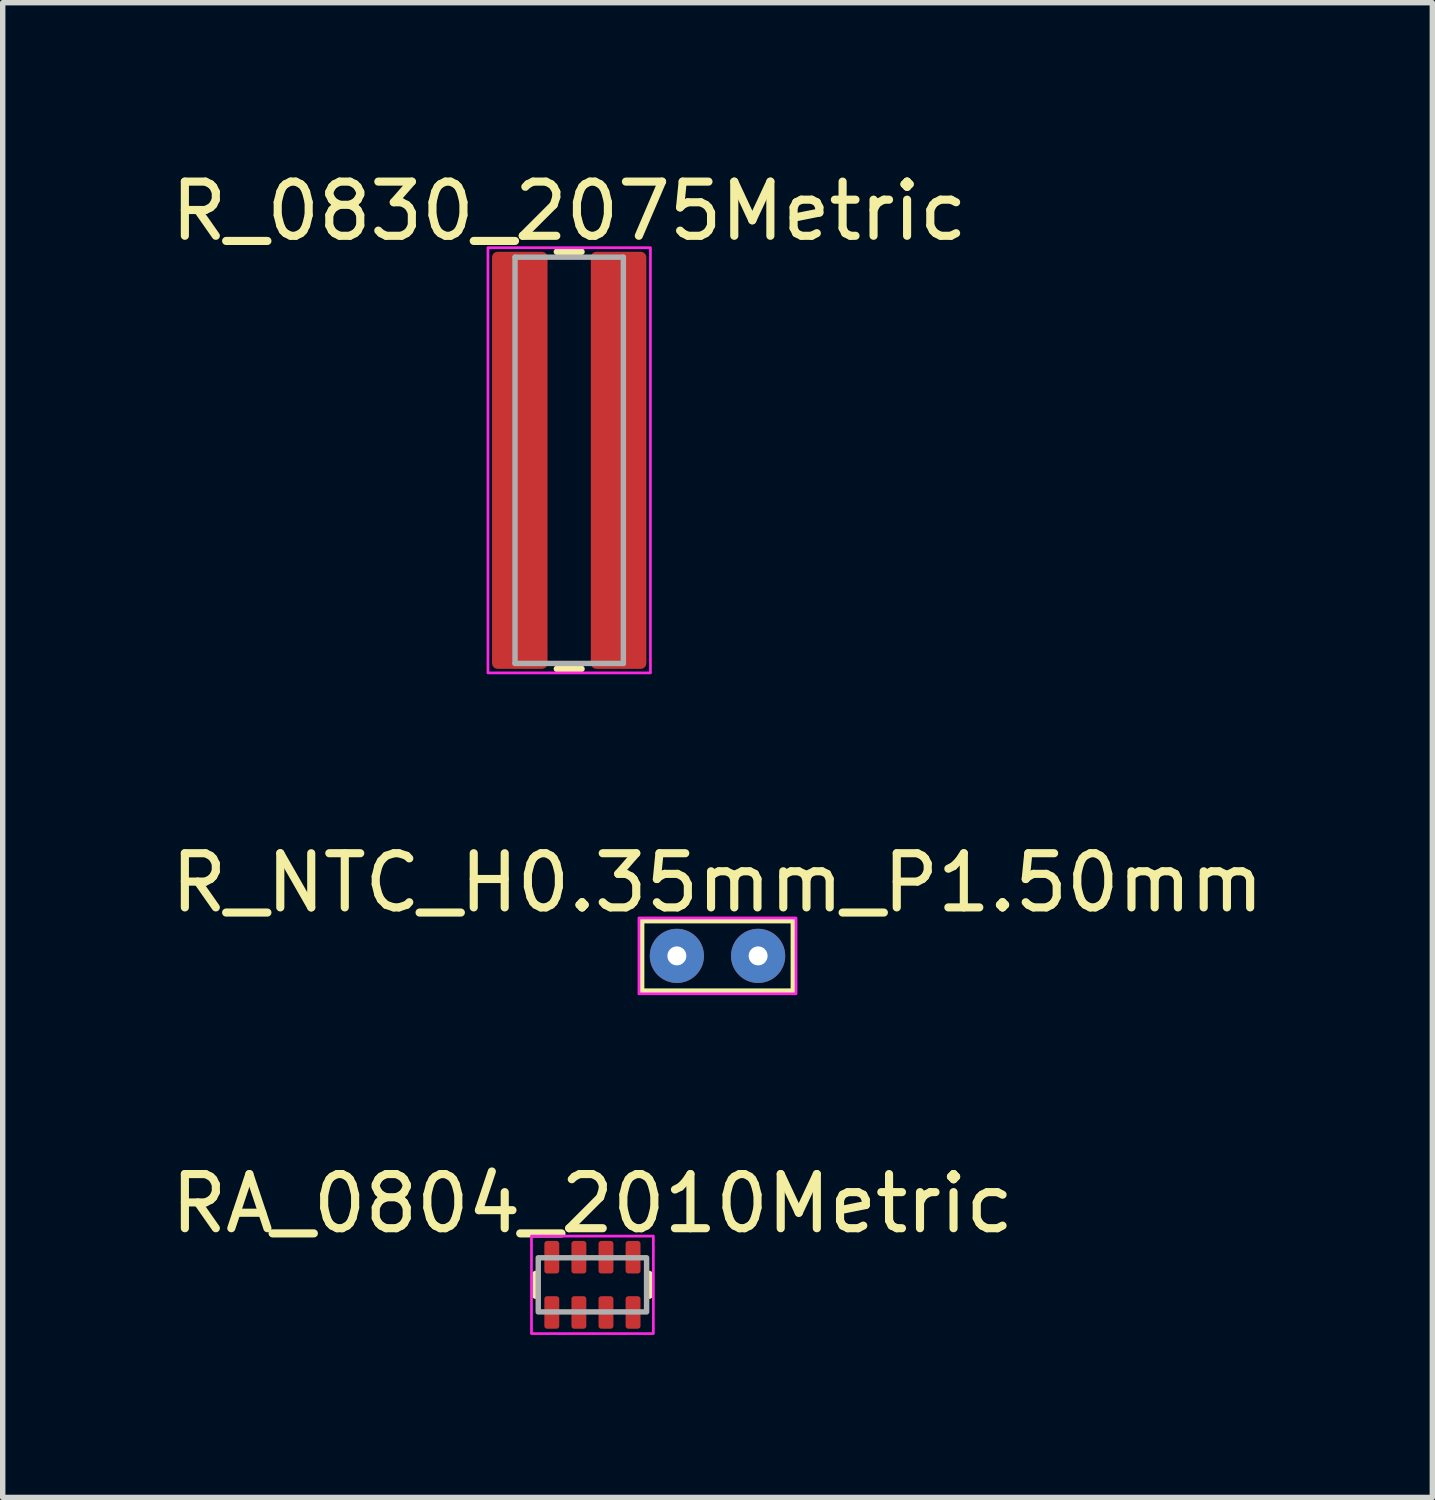
<source format=kicad_pcb>
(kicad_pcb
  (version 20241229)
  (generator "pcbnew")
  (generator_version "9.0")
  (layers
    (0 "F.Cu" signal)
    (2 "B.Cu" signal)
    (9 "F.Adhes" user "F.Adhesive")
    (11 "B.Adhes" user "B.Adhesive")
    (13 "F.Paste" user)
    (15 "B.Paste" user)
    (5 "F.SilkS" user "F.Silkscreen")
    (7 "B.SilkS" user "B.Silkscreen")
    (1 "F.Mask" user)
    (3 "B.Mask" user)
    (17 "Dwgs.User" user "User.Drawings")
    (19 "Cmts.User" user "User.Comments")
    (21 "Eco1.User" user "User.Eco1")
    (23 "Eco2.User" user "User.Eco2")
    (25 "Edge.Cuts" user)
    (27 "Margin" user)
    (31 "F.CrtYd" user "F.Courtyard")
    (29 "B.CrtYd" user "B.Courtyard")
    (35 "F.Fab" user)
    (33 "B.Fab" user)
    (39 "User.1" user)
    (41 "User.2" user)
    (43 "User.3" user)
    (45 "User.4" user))
  (footprint "RA_0804_2010Metric"
    (layer "F.Cu")
    (at 7.887 20.67)
    (property "Reference" "RA_0804_2010Metric" (at 0 -1.5 0) (layer "F.SilkS") (effects (font (size 1 1) (thickness 0.15))))
    (attr smd)
    (fp_line (start -1.05 -0.2) (end -1.05 0.2) (stroke (width 0.12) (type solid)) (layer "F.SilkS"))
    (fp_line (start 1.05 -0.2) (end 1.05 0.2) (stroke (width 0.12) (type solid)) (layer "F.SilkS"))
    (fp_rect (start -1.125 -0.9) (end 1.125 0.9) (stroke (width 0.05) (type default)) (fill no) (layer "F.CrtYd"))
    (fp_rect (start -1 -0.5) (end 1 0.5) (stroke (width 0.1) (type solid)) (fill no) (layer "F.Fab"))
    (pad "1" smd roundrect (at -0.75 0.51 270) (size 0.6 0.275) (layers "F.Cu" "F.Mask" "F.Paste") (roundrect_rratio 0.182))
    (pad "2" smd roundrect (at -0.25 0.51 270) (size 0.6 0.275) (layers "F.Cu" "F.Mask" "F.Paste") (roundrect_rratio 0.182))
    (pad "3" smd roundrect (at 0.25 0.51 270) (size 0.6 0.275) (layers "F.Cu" "F.Mask" "F.Paste") (roundrect_rratio 0.182))
    (pad "4" smd roundrect (at 0.75 0.51 270) (size 0.6 0.275) (layers "F.Cu" "F.Mask" "F.Paste") (roundrect_rratio 0.182))
    (pad "5" smd roundrect (at 0.75 -0.51 270) (size 0.6 0.275) (layers "F.Cu" "F.Mask" "F.Paste") (roundrect_rratio 0.182))
    (pad "6" smd roundrect (at 0.25 -0.51 270) (size 0.6 0.275) (layers "F.Cu" "F.Mask" "F.Paste") (roundrect_rratio 0.182))
    (pad "7" smd roundrect (at -0.25 -0.51 270) (size 0.6 0.275) (layers "F.Cu" "F.Mask" "F.Paste") (roundrect_rratio 0.182))
    (pad "8" smd roundrect (at -0.75 -0.51 270) (size 0.6 0.275) (layers "F.Cu" "F.Mask" "F.Paste") (roundrect_rratio 0.182)))
  (footprint "R_NTC_H0.35mm_P1.50mm"
    (layer "F.Cu")
    (at 10.196 14.597)
    (property "Reference" "R_NTC_H0.35mm_P1.50mm" (at 0 -1.35 0) (layer "F.SilkS") (effects (font (size 1 1) (thickness 0.15))))
    (attr through_hole)
    (fp_rect (start -1.4 -0.65) (end 1.4 0.65) (stroke (width 0.1) (type default)) (fill no) (layer "F.SilkS"))
    (fp_rect (start -1.45 -0.7) (end 1.45 0.7) (stroke (width 0.05) (type default)) (fill no) (layer "F.CrtYd"))
    (pad "1" thru_hole circle (at -0.75 0) (size 1 1) (drill 0.35) (layers "*.Cu" "*.Mask"))
    (pad "2" thru_hole circle (at 0.75 0) (size 1 1) (drill 0.35) (layers "*.Cu" "*.Mask")))
  (footprint "R_0830_2075Metric"
    (layer "F.Cu")
    (at 7.458 5.448)
    (property "Reference" "R_0830_2075Metric" (at 0 -4.6 0) (layer "F.SilkS") (effects (font (size 1 1) (thickness 0.15))))
    (attr smd)
    (fp_line (start -0.227 -3.85) (end 0.227 -3.85) (stroke (width 0.12) (type solid)) (layer "F.SilkS"))
    (fp_line (start -0.227 3.85) (end 0.227 3.85) (stroke (width 0.12) (type solid)) (layer "F.SilkS"))
    (fp_rect (start -1.5 -3.925) (end 1.5 3.925) (stroke (width 0.05) (type default)) (fill no) (layer "F.CrtYd"))
    (fp_line (start -1 -3.75) (end 1 -3.75) (stroke (width 0.1) (type solid)) (layer "F.Fab"))
    (fp_line (start -1 3.75) (end -1 -3.75) (stroke (width 0.1) (type solid)) (layer "F.Fab"))
    (fp_line (start 1 -3.75) (end 1 3.75) (stroke (width 0.1) (type solid)) (layer "F.Fab"))
    (fp_line (start 1 3.75) (end -1 3.75) (stroke (width 0.1) (type solid)) (layer "F.Fab"))
    (pad "1" smd roundrect (at -0.912 0) (size 1.025 7.7) (layers "F.Cu" "F.Mask" "F.Paste") (roundrect_rratio 0.1))
    (pad "2" smd roundrect (at 0.912 0) (size 1.025 7.7) (layers "F.Cu" "F.Mask" "F.Paste") (roundrect_rratio 0.1)))
  (gr_rect
    (start -3 -3)
    (end 23.393 24.595)
    (stroke (width 0.1) (type default))
    (fill no)
    (layer "Edge.Cuts")))
</source>
